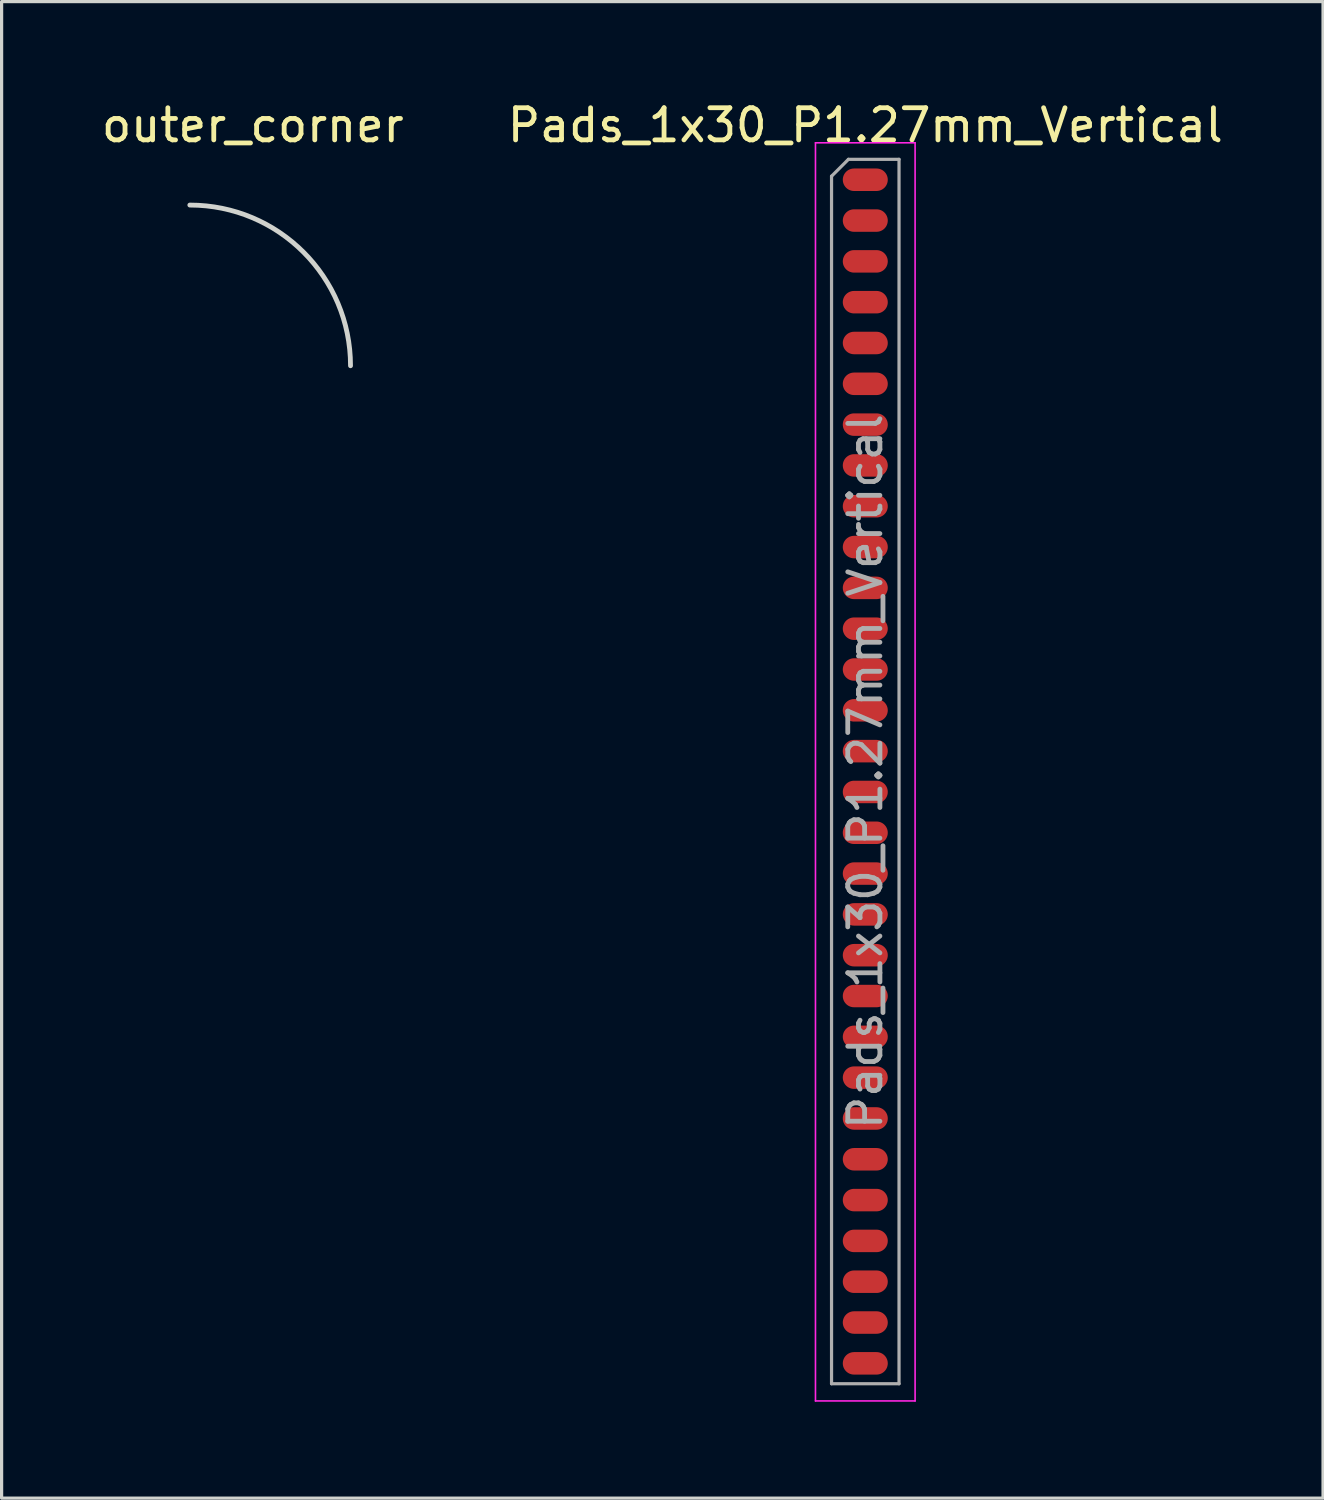
<source format=kicad_pcb>
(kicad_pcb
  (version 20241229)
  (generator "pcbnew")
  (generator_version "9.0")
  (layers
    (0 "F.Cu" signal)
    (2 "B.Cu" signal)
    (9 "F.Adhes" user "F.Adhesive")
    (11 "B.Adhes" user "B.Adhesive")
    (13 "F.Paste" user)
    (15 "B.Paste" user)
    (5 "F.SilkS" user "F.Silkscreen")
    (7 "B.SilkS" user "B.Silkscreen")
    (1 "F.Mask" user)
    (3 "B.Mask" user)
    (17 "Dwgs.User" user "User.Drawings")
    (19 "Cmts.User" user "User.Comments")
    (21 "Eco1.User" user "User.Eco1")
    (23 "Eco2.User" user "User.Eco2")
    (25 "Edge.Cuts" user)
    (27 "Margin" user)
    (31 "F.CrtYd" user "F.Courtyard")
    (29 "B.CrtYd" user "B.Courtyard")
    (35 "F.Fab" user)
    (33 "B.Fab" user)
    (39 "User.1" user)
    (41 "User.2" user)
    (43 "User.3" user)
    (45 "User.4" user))
  (footprint "Pads_1x30_P1.27mm_Vertical"
    (layer "F.Cu")
    (at 23.875 2.543)
    (property "Reference" "Pads_1x30_P1.27mm_Vertical" (at 0 -1.695 0) (layer "F.SilkS") (effects (font (size 1 1) (thickness 0.15))))
    (attr through_hole)
    (fp_line (start -1.55 -1.15) (end -1.55 38) (stroke (width 0.05) (type solid)) (layer "F.CrtYd"))
    (fp_line (start -1.55 38) (end 1.55 38) (stroke (width 0.05) (type solid)) (layer "F.CrtYd"))
    (fp_line (start 1.55 -1.15) (end -1.55 -1.15) (stroke (width 0.05) (type solid)) (layer "F.CrtYd"))
    (fp_line (start 1.55 38) (end 1.55 -1.15) (stroke (width 0.05) (type solid)) (layer "F.CrtYd"))
    (fp_line (start -1.05 -0.11) (end -0.525 -0.635) (stroke (width 0.1) (type solid)) (layer "F.Fab"))
    (fp_line (start -1.05 37.465) (end -1.05 -0.11) (stroke (width 0.1) (type solid)) (layer "F.Fab"))
    (fp_line (start -0.525 -0.635) (end 1.05 -0.635) (stroke (width 0.1) (type solid)) (layer "F.Fab"))
    (fp_line (start 1.05 -0.635) (end 1.05 37.465) (stroke (width 0.1) (type solid)) (layer "F.Fab"))
    (fp_line (start 1.05 37.465) (end -1.05 37.465) (stroke (width 0.1) (type solid)) (layer "F.Fab"))
    (fp_text user "${REFERENCE}" (at 0 18.415 90) (layer "F.Fab") (effects (font (size 1 1) (thickness 0.15))))
    (pad "1" connect oval (at 0 0) (size 1.4 0.7) (layers "F.Cu" "F.Mask"))
    (pad "2" connect oval (at 0 1.27) (size 1.4 0.7) (layers "F.Cu" "F.Mask"))
    (pad "3" connect oval (at 0 2.54) (size 1.4 0.7) (layers "F.Cu" "F.Mask"))
    (pad "4" connect oval (at 0 3.81) (size 1.4 0.7) (layers "F.Cu" "F.Mask"))
    (pad "5" connect oval (at 0 5.08) (size 1.4 0.7) (layers "F.Cu" "F.Mask"))
    (pad "6" connect oval (at 0 6.35) (size 1.4 0.7) (layers "F.Cu" "F.Mask"))
    (pad "7" connect oval (at 0 7.62) (size 1.4 0.7) (layers "F.Cu" "F.Mask"))
    (pad "8" connect oval (at 0 8.89) (size 1.4 0.7) (layers "F.Cu" "F.Mask"))
    (pad "9" connect oval (at 0 10.16) (size 1.4 0.7) (layers "F.Cu" "F.Mask"))
    (pad "10" connect oval (at 0 11.43) (size 1.4 0.7) (layers "F.Cu" "F.Mask"))
    (pad "11" connect oval (at 0 12.7) (size 1.4 0.7) (layers "F.Cu" "F.Mask"))
    (pad "12" connect oval (at 0 13.97) (size 1.4 0.7) (layers "F.Cu" "F.Mask"))
    (pad "13" connect oval (at 0 15.24) (size 1.4 0.7) (layers "F.Cu" "F.Mask"))
    (pad "14" connect oval (at 0 16.51) (size 1.4 0.7) (layers "F.Cu" "F.Mask"))
    (pad "15" connect oval (at 0 17.78) (size 1.4 0.7) (layers "F.Cu" "F.Mask"))
    (pad "16" connect oval (at 0 19.05) (size 1.4 0.7) (layers "F.Cu" "F.Mask"))
    (pad "17" connect oval (at 0 20.32) (size 1.4 0.7) (layers "F.Cu" "F.Mask"))
    (pad "18" connect oval (at 0 21.59) (size 1.4 0.7) (layers "F.Cu" "F.Mask"))
    (pad "19" connect oval (at 0 22.86) (size 1.4 0.7) (layers "F.Cu" "F.Mask"))
    (pad "20" connect oval (at 0 24.13) (size 1.4 0.7) (layers "F.Cu" "F.Mask"))
    (pad "21" connect oval (at 0 25.4) (size 1.4 0.7) (layers "F.Cu" "F.Mask"))
    (pad "22" connect oval (at 0 26.67) (size 1.4 0.7) (layers "F.Cu" "F.Mask"))
    (pad "23" connect oval (at 0 27.94) (size 1.4 0.7) (layers "F.Cu" "F.Mask"))
    (pad "24" connect oval (at 0 29.21) (size 1.4 0.7) (layers "F.Cu" "F.Mask"))
    (pad "25" connect oval (at 0 30.48) (size 1.4 0.7) (layers "F.Cu" "F.Mask"))
    (pad "26" connect oval (at 0 31.75) (size 1.4 0.7) (layers "F.Cu" "F.Mask"))
    (pad "27" connect oval (at 0 33.02) (size 1.4 0.7) (layers "F.Cu" "F.Mask"))
    (pad "28" connect oval (at 0 34.29) (size 1.4 0.7) (layers "F.Cu" "F.Mask"))
    (pad "29" connect oval (at 0 35.56) (size 1.4 0.7) (layers "F.Cu" "F.Mask"))
    (pad "30" connect oval (at 0 36.83) (size 1.4 0.7) (layers "F.Cu" "F.Mask")))
  (footprint "outer_corner"
    (layer "F.Cu")
    (at 5.857 5.331)
    (property "Reference" "outer_corner" (at -1.041 -4.483 0) (layer "F.SilkS") (effects (font (size 1 1) (thickness 0.15))))
    (attr through_hole)
    (fp_arc (start -3 -2) (mid 0.535534 -0.535534) (end 2 3) (stroke (width 0.15) (type solid)) (layer "Edge.Cuts")))
  (gr_rect
    (start -3 -3)
    (end 38.119 43.568)
    (stroke (width 0.1) (type default))
    (fill no)
    (layer "Edge.Cuts")))
</source>
